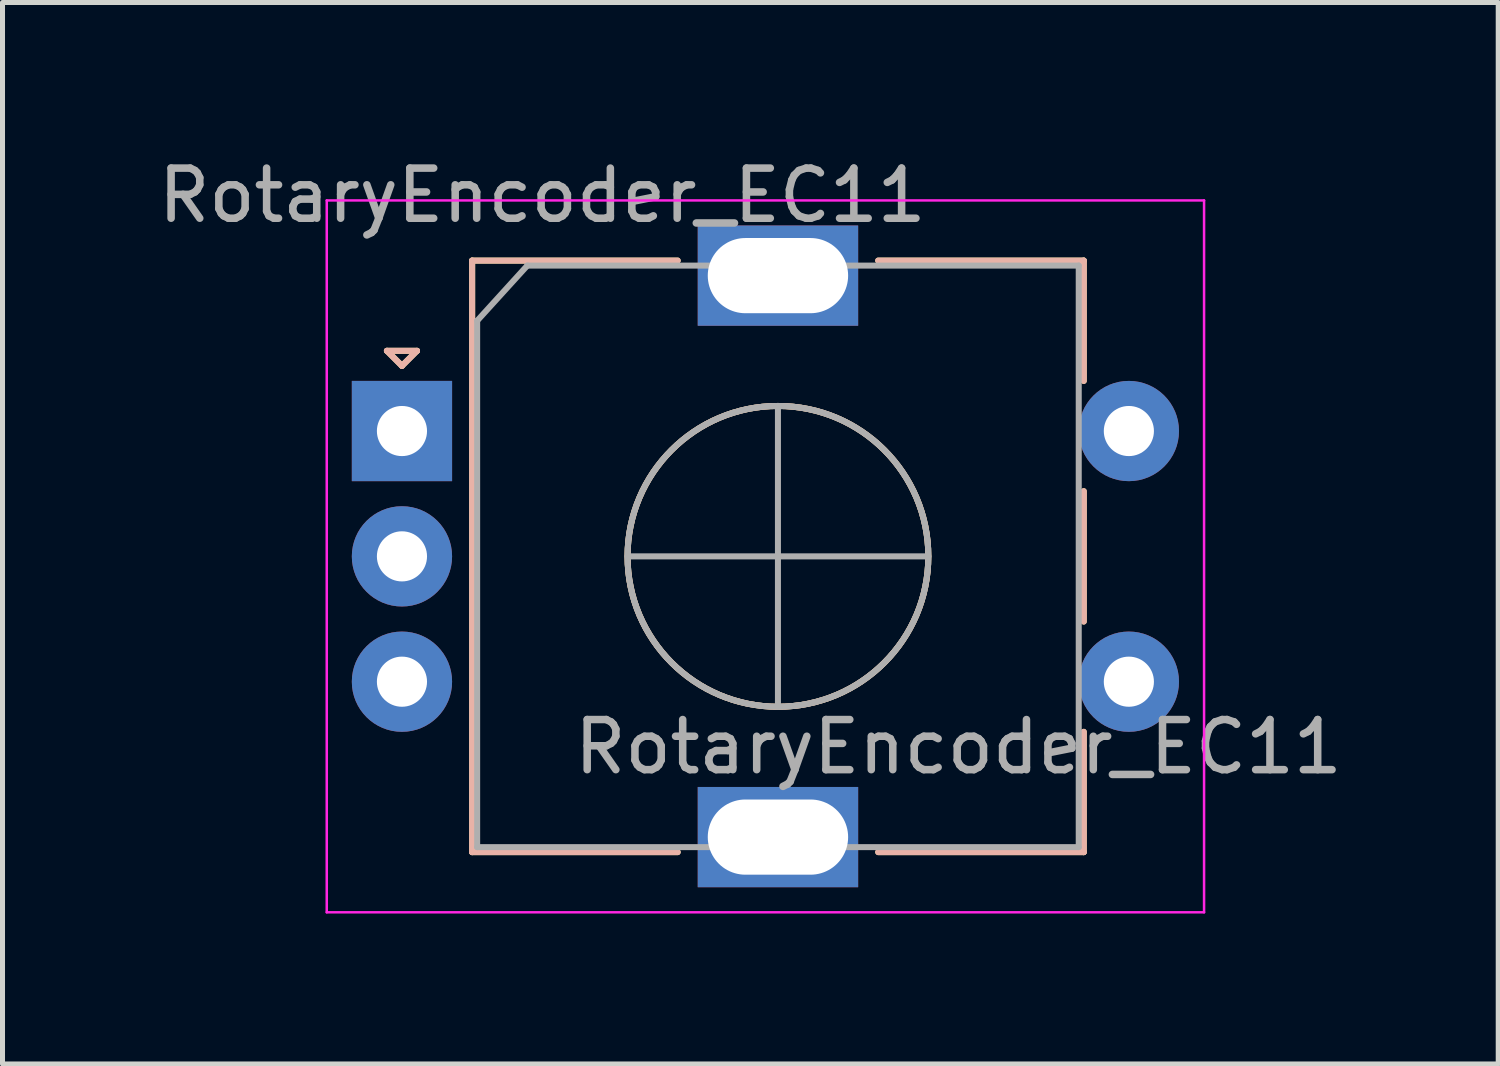
<source format=kicad_pcb>
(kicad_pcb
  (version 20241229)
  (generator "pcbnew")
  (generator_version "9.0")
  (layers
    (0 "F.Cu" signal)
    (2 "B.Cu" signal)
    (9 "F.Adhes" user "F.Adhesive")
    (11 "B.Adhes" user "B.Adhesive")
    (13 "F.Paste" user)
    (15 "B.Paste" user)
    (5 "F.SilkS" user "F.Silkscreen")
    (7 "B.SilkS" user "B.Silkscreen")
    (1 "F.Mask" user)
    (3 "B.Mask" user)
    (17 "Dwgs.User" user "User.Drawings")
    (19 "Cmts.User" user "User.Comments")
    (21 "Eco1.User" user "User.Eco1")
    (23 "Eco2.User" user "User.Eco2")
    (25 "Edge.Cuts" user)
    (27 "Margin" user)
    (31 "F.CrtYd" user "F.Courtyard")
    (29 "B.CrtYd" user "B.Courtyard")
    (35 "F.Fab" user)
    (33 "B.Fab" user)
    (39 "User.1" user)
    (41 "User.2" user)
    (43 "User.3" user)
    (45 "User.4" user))
  (footprint "RotaryEncoder_EC11"
    (layer "F.Cu")
    (at 12.468 8.048)
    (property "Reference" "RotaryEncoder_EC11" (at -4.7 -7.2 0) (layer "F.Fab") (effects (font (size 1 1) (thickness 0.15))))
    (attr through_hole)
    (fp_line (start -7.8 -4.1) (end -7.2 -4.1) (stroke (width 0.12) (type solid)) (layer "F.SilkS"))
    (fp_line (start -7.5 -3.8) (end -7.8 -4.1) (stroke (width 0.12) (type solid)) (layer "F.SilkS"))
    (fp_line (start -7.2 -4.1) (end -7.5 -3.8) (stroke (width 0.12) (type solid)) (layer "F.SilkS"))
    (fp_line (start -6.1 -5.9) (end -6.1 5.9) (stroke (width 0.12) (type solid)) (layer "F.SilkS"))
    (fp_line (start -2 -5.9) (end -6.1 -5.9) (stroke (width 0.12) (type solid)) (layer "F.SilkS"))
    (fp_line (start -2 5.9) (end -6.1 5.9) (stroke (width 0.12) (type solid)) (layer "F.SilkS"))
    (fp_line (start 2 -5.9) (end 6.1 -5.9) (stroke (width 0.12) (type solid)) (layer "F.SilkS"))
    (fp_line (start 6.1 -5.9) (end 6.1 -3.5) (stroke (width 0.12) (type solid)) (layer "F.SilkS"))
    (fp_line (start 6.1 -1.3) (end 6.1 1.3) (stroke (width 0.12) (type solid)) (layer "F.SilkS"))
    (fp_line (start 6.1 3.5) (end 6.1 5.9) (stroke (width 0.12) (type solid)) (layer "F.SilkS"))
    (fp_line (start 6.1 5.9) (end 2 5.9) (stroke (width 0.12) (type solid)) (layer "F.SilkS"))
    (fp_circle (center 0 0) (end 3 0) (stroke (width 0.12) (type solid)) (fill no) (layer "F.SilkS"))
    (fp_line (start -7.8 -4.1) (end -7.2 -4.1) (stroke (width 0.12) (type solid)) (layer "B.SilkS"))
    (fp_line (start -7.5 -3.8) (end -7.8 -4.1) (stroke (width 0.12) (type solid)) (layer "B.SilkS"))
    (fp_line (start -7.2 -4.1) (end -7.5 -3.8) (stroke (width 0.12) (type solid)) (layer "B.SilkS"))
    (fp_line (start -6.1 -5.9) (end -6.1 5.9) (stroke (width 0.12) (type solid)) (layer "B.SilkS"))
    (fp_line (start -2 -5.9) (end -6.1 -5.9) (stroke (width 0.12) (type solid)) (layer "B.SilkS"))
    (fp_line (start -2 5.9) (end -6.1 5.9) (stroke (width 0.12) (type solid)) (layer "B.SilkS"))
    (fp_line (start 2 -5.9) (end 6.1 -5.9) (stroke (width 0.12) (type solid)) (layer "B.SilkS"))
    (fp_line (start 6.1 -5.9) (end 6.1 -3.5) (stroke (width 0.12) (type solid)) (layer "B.SilkS"))
    (fp_line (start 6.1 -1.3) (end 6.1 1.3) (stroke (width 0.12) (type solid)) (layer "B.SilkS"))
    (fp_line (start 6.1 3.5) (end 6.1 5.9) (stroke (width 0.12) (type solid)) (layer "B.SilkS"))
    (fp_line (start 6.1 5.9) (end 2 5.9) (stroke (width 0.12) (type solid)) (layer "B.SilkS"))
    (fp_circle (center 0 0) (end 3 0) (stroke (width 0.12) (type solid)) (fill no) (layer "B.SilkS"))
    (fp_line (start -9 -7.1) (end -9 7.1) (stroke (width 0.05) (type solid)) (layer "F.CrtYd"))
    (fp_line (start -9 -7.1) (end 8.5 -7.1) (stroke (width 0.05) (type solid)) (layer "F.CrtYd"))
    (fp_line (start 8.5 7.1) (end -9 7.1) (stroke (width 0.05) (type solid)) (layer "F.CrtYd"))
    (fp_line (start 8.5 7.1) (end 8.5 -7.1) (stroke (width 0.05) (type solid)) (layer "F.CrtYd"))
    (fp_line (start -6 -4.7) (end -5 -5.8) (stroke (width 0.12) (type solid)) (layer "F.Fab"))
    (fp_line (start -6 5.8) (end -6 -4.7) (stroke (width 0.12) (type solid)) (layer "F.Fab"))
    (fp_line (start -5 -5.8) (end 6 -5.8) (stroke (width 0.12) (type solid)) (layer "F.Fab"))
    (fp_line (start -3 0) (end 3 0) (stroke (width 0.12) (type solid)) (layer "F.Fab"))
    (fp_line (start 0 -3) (end 0 3) (stroke (width 0.12) (type solid)) (layer "F.Fab"))
    (fp_line (start 6 -5.8) (end 6 5.8) (stroke (width 0.12) (type solid)) (layer "F.Fab"))
    (fp_line (start 6 5.8) (end -6 5.8) (stroke (width 0.12) (type solid)) (layer "F.Fab"))
    (fp_circle (center 0 0) (end 3 0) (stroke (width 0.12) (type solid)) (fill no) (layer "F.Fab"))
    (fp_text user "${REFERENCE}" (at 3.6 3.8 0) (layer "F.Fab") (effects (font (size 1 1) (thickness 0.15))))
    (pad "A" thru_hole rect (at -7.5 -2.5) (size 2 2) (drill 1) (layers "*.Cu" "*.Mask"))
    (pad "B" thru_hole circle (at -7.5 2.5) (size 2 2) (drill 1) (layers "*.Cu" "*.Mask"))
    (pad "C" thru_hole circle (at -7.5 0) (size 2 2) (drill 1) (layers "*.Cu" "*.Mask"))
    (pad "MP" thru_hole rect (at 0 -5.6) (size 3.2 2) (drill oval 2.8 1.5) (layers "*.Cu" "*.Mask"))
    (pad "MP" thru_hole rect (at 0 5.6) (size 3.2 2) (drill oval 2.8 1.5) (layers "*.Cu" "*.Mask"))
    (pad "S1" thru_hole circle (at 7 2.5) (size 2 2) (drill 1) (layers "*.Cu" "*.Mask"))
    (pad "S2" thru_hole circle (at 7 -2.5) (size 2 2) (drill 1) (layers "*.Cu" "*.Mask")))
  (gr_rect
    (start -3 -3)
    (end 26.836 18.173)
    (stroke (width 0.1) (type default))
    (fill no)
    (layer "Edge.Cuts")))
</source>
